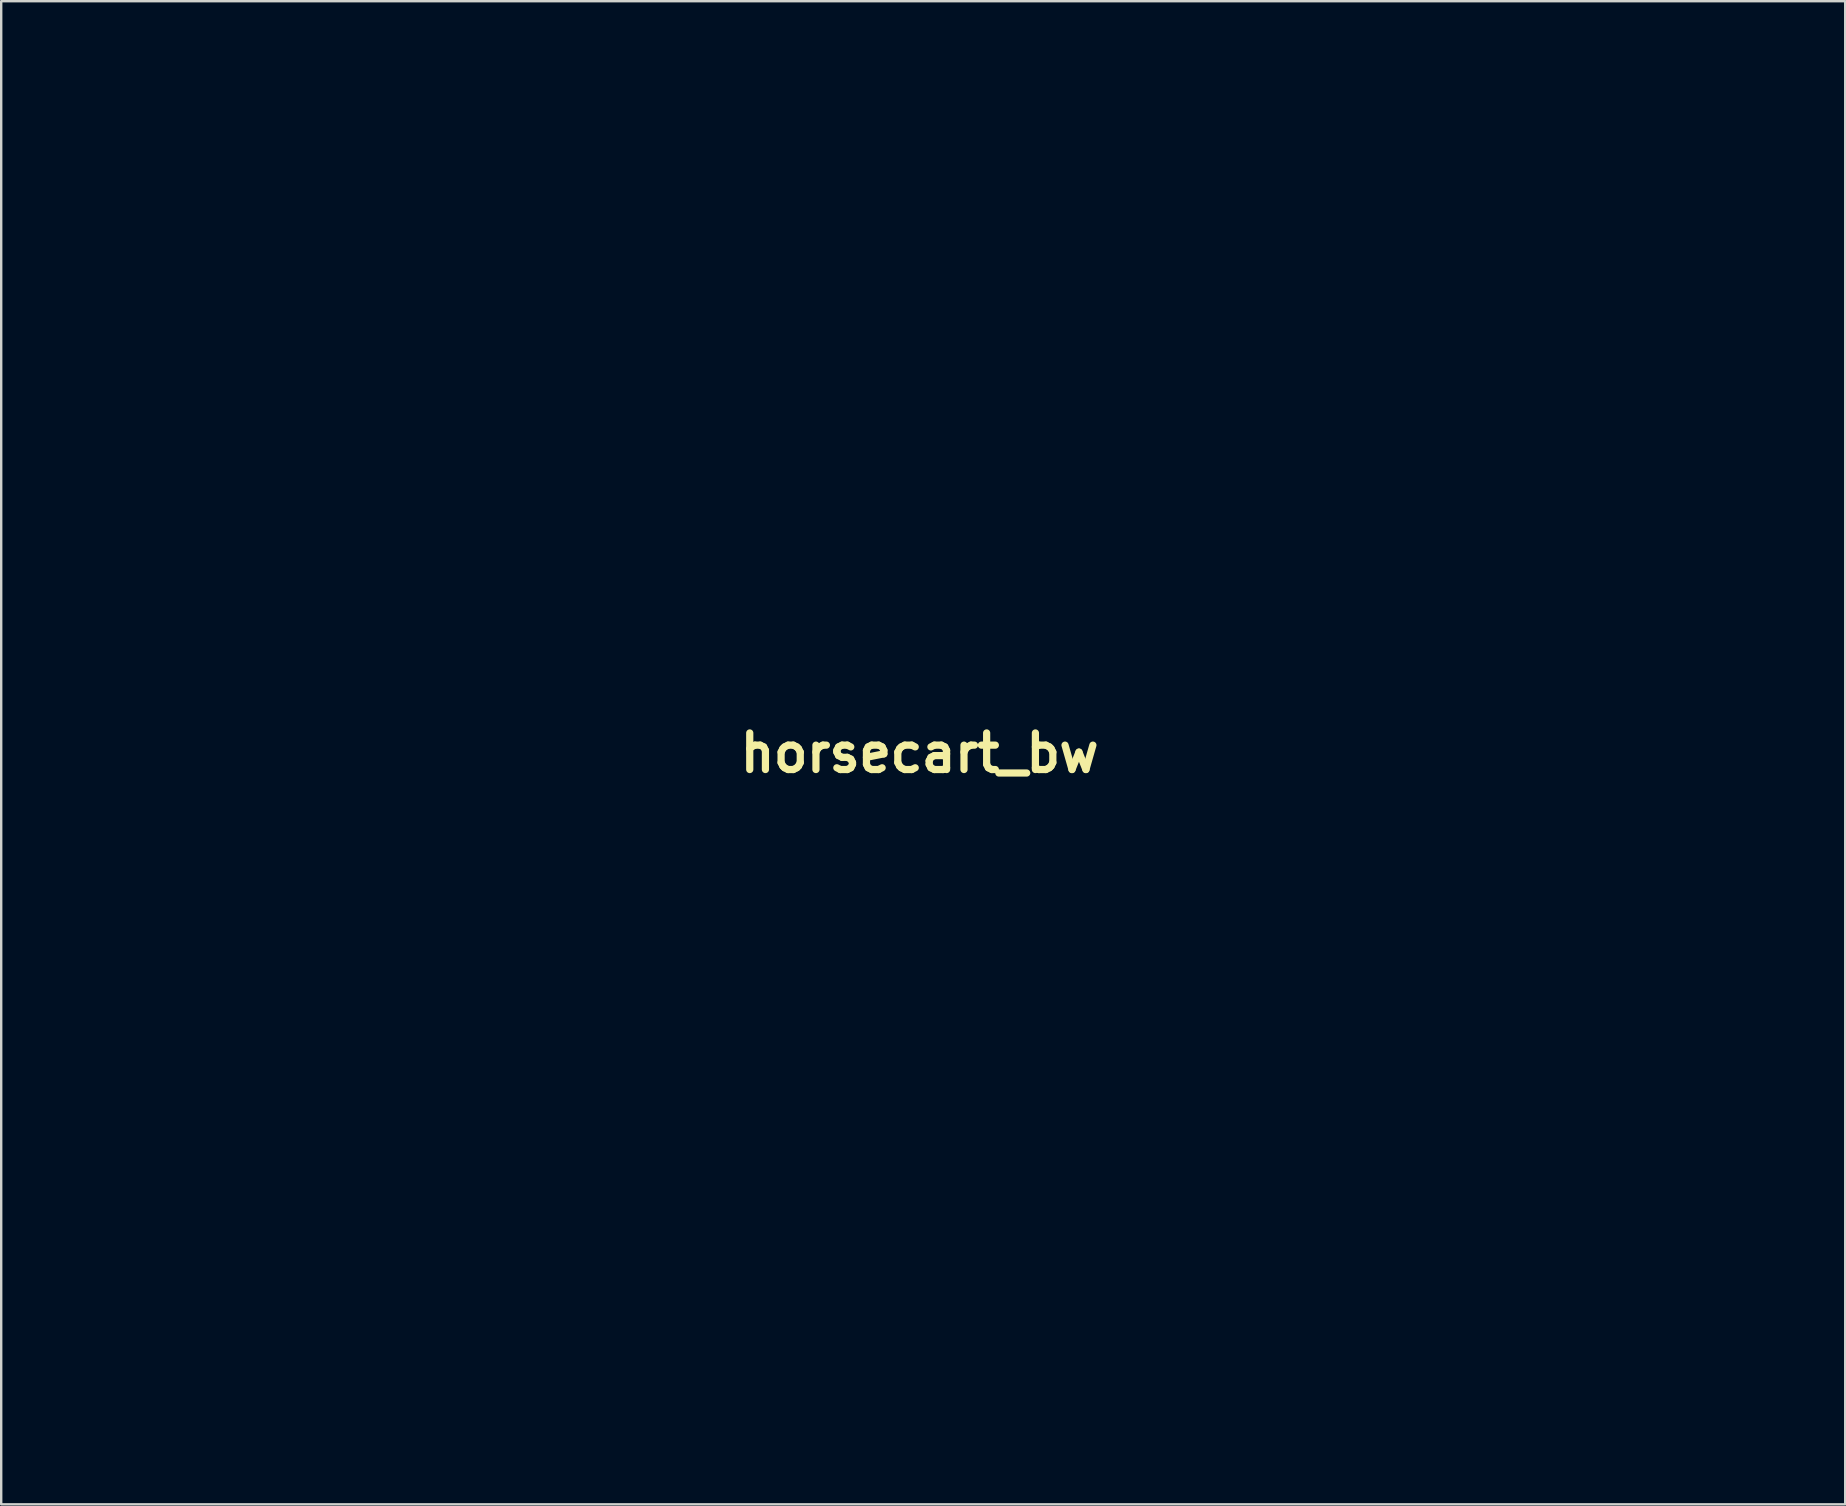
<source format=kicad_pcb>
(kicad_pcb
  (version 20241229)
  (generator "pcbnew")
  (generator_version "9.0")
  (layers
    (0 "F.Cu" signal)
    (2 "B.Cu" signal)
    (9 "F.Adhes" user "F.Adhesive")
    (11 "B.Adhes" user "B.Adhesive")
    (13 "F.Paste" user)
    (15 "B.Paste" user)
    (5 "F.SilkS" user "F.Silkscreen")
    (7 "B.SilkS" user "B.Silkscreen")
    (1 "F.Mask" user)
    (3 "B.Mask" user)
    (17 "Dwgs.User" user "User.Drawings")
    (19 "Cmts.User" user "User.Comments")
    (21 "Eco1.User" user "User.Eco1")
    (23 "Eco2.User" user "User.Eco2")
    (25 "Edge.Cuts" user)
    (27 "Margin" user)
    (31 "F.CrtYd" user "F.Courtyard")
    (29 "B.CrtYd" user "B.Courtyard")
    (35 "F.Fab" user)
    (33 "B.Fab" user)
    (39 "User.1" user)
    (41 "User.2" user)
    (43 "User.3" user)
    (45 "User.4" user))
  (footprint "horsecart_bw"
    (layer "F.Cu")
    (at 35.263 28.322)
    (property "Reference" "horsecart_bw" (at 0 0 0) (layer "F.SilkS") (effects (font (size 1.524 1.524) (thickness 0.3))))
    (attr through_hole)
    (fp_poly (pts (xy -12.566 -14.839) (xy -12.7 -14.705) (xy -12.834 -14.839) (xy -12.7 -14.973) (xy -12.566 -14.839)) (stroke (width 0.01) (type solid)) (fill no) (layer "Eco2.User"))
    (fp_poly (pts (xy -6.684 -14.839) (xy -6.818 -14.705) (xy -6.952 -14.839) (xy -6.818 -14.973) (xy -6.684 -14.839)) (stroke (width 0.01) (type solid)) (fill no) (layer "Eco2.User"))
    (fp_poly (pts (xy -1.604 -4.946) (xy -1.738 -4.813) (xy -1.872 -4.946) (xy -1.738 -5.08) (xy -1.604 -4.946)) (stroke (width 0.01) (type solid)) (fill no) (layer "Eco2.User"))
    (fp_poly (pts (xy -0.267 -5.748) (xy -0.401 -5.615) (xy -0.535 -5.748) (xy -0.401 -5.882) (xy -0.267 -5.748)) (stroke (width 0.01) (type solid)) (fill no) (layer "Eco2.User"))
    (fp_poly (pts (xy 2.139 5.214) (xy 2.005 5.347) (xy 1.872 5.214) (xy 2.005 5.08) (xy 2.139 5.214)) (stroke (width 0.01) (type solid)) (fill no) (layer "Eco2.User"))
    (fp_poly (pts (xy 22.192 -4.946) (xy 22.058 -4.813) (xy 21.924 -4.946) (xy 22.058 -5.08) (xy 22.192 -4.946)) (stroke (width 0.01) (type solid)) (fill no) (layer "Eco2.User"))
    (fp_poly (pts (xy -31.371 23.618) (xy -31.339 23.935) (xy -31.371 23.974) (xy -31.53 23.937) (xy -31.549 23.796) (xy -31.452 23.576) (xy -31.371 23.618)) (stroke (width 0.01) (type solid)) (fill no) (layer "Eco2.User"))
    (fp_poly (pts (xy 17.557 -9.536) (xy 17.52 -9.377) (xy 17.379 -9.358) (xy 17.159 -9.456) (xy 17.201 -9.536) (xy 17.518 -9.568) (xy 17.557 -9.536)) (stroke (width 0.01) (type solid)) (fill no) (layer "Eco2.User"))
    (fp_poly (pts (xy 18.894 -9.804) (xy 18.857 -9.645) (xy 18.716 -9.625) (xy 18.496 -9.723) (xy 18.538 -9.804) (xy 18.855 -9.836) (xy 18.894 -9.804)) (stroke (width 0.01) (type solid)) (fill no) (layer "Eco2.User"))
    (fp_poly (pts (xy -2.163 -11.709) (xy -2.196 -11.46) (xy -2.343 -11.259) (xy -2.518 -11.461) (xy -2.616 -11.855) (xy -2.567 -11.96) (xy -2.302 -12.004) (xy -2.163 -11.709)) (stroke (width 0.01) (type solid)) (fill no) (layer "Eco2.User"))
    (fp_poly (pts (xy -3.208 -19.117) (xy -2.951 -18.775) (xy -2.941 -18.7) (xy -3.145 -18.456) (xy -3.208 -18.448) (xy -3.443 -18.666) (xy -3.476 -18.865) (xy -3.346 -19.142) (xy -3.208 -19.117)) (stroke (width 0.01) (type solid)) (fill no) (layer "Eco2.User"))
    (fp_poly (pts (xy 24.598 -6.551) (xy 24.853 -6.31) (xy 24.865 -6.267) (xy 24.658 -6.153) (xy 24.598 -6.149) (xy 24.341 -6.355) (xy 24.331 -6.433) (xy 24.494 -6.592) (xy 24.598 -6.551)) (stroke (width 0.01) (type solid)) (fill no) (layer "Eco2.User"))
    (fp_poly (pts (xy -0.121 -5.29) (xy -0.074 -4.936) (xy -0.302 -4.513) (xy -0.657 -4.281) (xy -0.697 -4.278) (xy -1.034 -4.413) (xy -1.069 -4.513) (xy -0.9 -4.846) (xy -0.537 -5.174) (xy -0.197 -5.319) (xy -0.121 -5.29)) (stroke (width 0.01) (type solid)) (fill no) (layer "Eco2.User"))
    (fp_poly (pts (xy 30.604 9.624) (xy 30.966 9.858) (xy 31.511 10.304) (xy 31.802 10.656) (xy 31.817 10.713) (xy 31.666 10.951) (xy 31.295 10.809) (xy 30.963 10.494) (xy 30.471 9.865) (xy 30.351 9.568) (xy 30.604 9.624)) (stroke (width 0.01) (type solid)) (fill no) (layer "Eco2.User"))
    (fp_poly (pts (xy 12.32 -28.317) (xy 12.564 -28.094) (xy 12.566 -28.058) (xy 12.727 -27.893) (xy 12.815 -27.929) (xy 13.151 -27.878) (xy 13.494 -27.442) (xy 13.77 -26.765) (xy 13.901 -25.99) (xy 13.903 -25.875) (xy 13.825 -25.163) (xy 13.528 -24.577) (xy 12.919 -23.984) (xy 12.191 -23.449) (xy 11.668 -22.99) (xy 11.502 -22.628) (xy 11.732 -22.461) (xy 11.79 -22.459) (xy 12.187 -22.603) (xy 12.78 -22.957) (xy 12.875 -23.023) (xy 13.546 -23.381) (xy 13.941 -23.318) (xy 14.037 -22.983) (xy 14.229 -22.659) (xy 14.539 -22.382) (xy 14.875 -22.027) (xy 14.81 -21.598) (xy 14.716 -21.41) (xy 14.525 -20.983) (xy 14.666 -20.903) (xy 14.918 -20.971) (xy 15.413 -20.968) (xy 15.57 -20.796) (xy 15.62 -20.413) (xy 15.668 -19.606) (xy 15.709 -18.484) (xy 15.738 -17.158) (xy 15.742 -16.844) (xy 15.786 -14.782) (xy 15.861 -13.176) (xy 15.978 -11.952) (xy 16.144 -11.033) (xy 16.368 -10.341) (xy 16.467 -10.127) (xy 16.664 -9.565) (xy 16.633 -9.224) (xy 16.761 -9.155) (xy 17.251 -9.166) (xy 17.942 -9.239) (xy 18.67 -9.354) (xy 19.273 -9.493) (xy 19.418 -9.542) (xy 19.742 -9.537) (xy 19.785 -9.439) (xy 19.546 -9.2) (xy 18.917 -8.902) (xy 18.034 -8.593) (xy 17.032 -8.32) (xy 16.046 -8.129) (xy 15.976 -8.119) (xy 15.172 -7.951) (xy 14.546 -7.626) (xy 13.897 -7.022) (xy 13.621 -6.715) (xy 12.91 -5.919) (xy 12.233 -5.18) (xy 11.882 -4.81) (xy 11.43 -4.153) (xy 11.23 -3.483) (xy 11.229 -3.454) (xy 11.113 -2.598) (xy 10.816 -1.547) (xy 10.416 -0.522) (xy 9.99 0.257) (xy 9.876 0.401) (xy 9.574 0.971) (xy 9.754 1.405) (xy 10.371 1.655) (xy 11.096 1.692) (xy 12.237 1.598) (xy 13.465 1.423) (xy 14.635 1.196) (xy 15.605 0.947) (xy 16.23 0.705) (xy 16.331 0.637) (xy 16.783 0.335) (xy 16.999 0.272) (xy 17.459 0.156) (xy 18.133 -0.142) (xy 18.853 -0.529) (xy 19.452 -0.915) (xy 19.762 -1.206) (xy 19.775 -1.248) (xy 19.954 -1.603) (xy 20.403 -2.18) (xy 20.8 -2.616) (xy 21.348 -3.24) (xy 21.682 -3.725) (xy 21.736 -3.908) (xy 21.885 -4.189) (xy 22.332 -4.573) (xy 22.893 -4.932) (xy 23.383 -5.139) (xy 23.542 -5.147) (xy 23.765 -5.298) (xy 23.796 -5.481) (xy 23.651 -5.837) (xy 23.528 -5.882) (xy 23.269 -6.086) (xy 23.261 -6.149) (xy 23.441 -6.392) (xy 23.899 -6.306) (xy 24.508 -5.916) (xy 24.516 -5.909) (xy 24.844 -5.563) (xy 25.002 -5.124) (xy 25.03 -4.424) (xy 24.997 -3.787) (xy 24.895 -2.818) (xy 24.737 -2.003) (xy 24.605 -1.617) (xy 24.444 -0.943) (xy 24.487 -0.407) (xy 24.526 0.106) (xy 24.381 0.267) (xy 24.294 0.488) (xy 24.432 1.075) (xy 24.538 1.368) (xy 24.971 2.468) (xy 25.453 1.873) (xy 25.81 1.527) (xy 25.935 1.65) (xy 25.935 1.657) (xy 26.093 2.149) (xy 26.356 2.556) (xy 26.613 2.837) (xy 26.626 2.771) (xy 26.717 2.474) (xy 27.007 2.328) (xy 27.457 1.969) (xy 27.539 1.611) (xy 27.644 1.192) (xy 28.028 1.189) (xy 28.033 1.19) (xy 28.38 1.207) (xy 28.525 0.874) (xy 28.551 0.499) (xy 28.662 -0.154) (xy 28.896 -0.547) (xy 28.901 -0.55) (xy 29.169 -0.945) (xy 29.305 -1.488) (xy 29.45 -2.087) (xy 29.649 -2.388) (xy 29.852 -2.799) (xy 29.868 -3.559) (xy 29.73 -4.531) (xy 29.468 -5.574) (xy 29.114 -6.552) (xy 28.7 -7.324) (xy 28.456 -7.614) (xy 28.008 -8.113) (xy 27.807 -8.504) (xy 27.806 -8.52) (xy 27.592 -8.793) (xy 27.428 -8.823) (xy 27.016 -9.018) (xy 26.94 -9.149) (xy 26.613 -9.343) (xy 25.786 -9.436) (xy 24.912 -9.443) (xy 23.95 -9.459) (xy 23.214 -9.53) (xy 22.852 -9.641) (xy 22.843 -9.652) (xy 22.492 -9.834) (xy 21.975 -9.901) (xy 21.503 -9.93) (xy 21.514 -10.047) (xy 21.75 -10.196) (xy 22.33 -10.332) (xy 23.268 -10.344) (xy 24.406 -10.248) (xy 25.586 -10.057) (xy 26.65 -9.787) (xy 26.824 -9.728) (xy 27.777 -9.297) (xy 28.694 -8.742) (xy 28.798 -8.665) (xy 29.299 -8.31) (xy 29.735 -8.132) (xy 30.281 -8.105) (xy 31.113 -8.204) (xy 31.54 -8.269) (xy 33.114 -8.384) (xy 34.281 -8.166) (xy 35.061 -7.602) (xy 35.476 -6.68) (xy 35.56 -5.798) (xy 35.454 -4.978) (xy 35.049 -4.348) (xy 34.734 -4.053) (xy 33.283 -2.755) (xy 32.167 -1.613) (xy 31.273 -0.489) (xy 30.49 0.758) (xy 29.73 2.218) (xy 29.188 3.338) (xy 28.745 4.275) (xy 28.447 4.929) (xy 28.341 5.2) (xy 28.546 5.411) (xy 29.071 5.796) (xy 29.477 6.064) (xy 30.558 6.803) (xy 31.345 7.445) (xy 31.766 7.927) (xy 31.817 8.081) (xy 31.594 8.324) (xy 31.041 8.635) (xy 30.851 8.719) (xy 30.15 8.962) (xy 29.617 8.949) (xy 29.006 8.706) (xy 28.322 8.431) (xy 27.808 8.31) (xy 27.766 8.31) (xy 27.711 8.413) (xy 28.072 8.631) (xy 28.102 8.644) (xy 28.968 9.162) (xy 29.965 9.949) (xy 30.952 10.873) (xy 31.787 11.8) (xy 32.33 12.596) (xy 32.375 12.691) (xy 32.647 13.505) (xy 32.909 14.618) (xy 33.107 15.799) (xy 33.115 15.865) (xy 33.234 17.011) (xy 33.241 17.796) (xy 33.127 18.383) (xy 32.951 18.802) (xy 32.596 19.521) (xy 32.316 20.099) (xy 32.306 20.119) (xy 31.346 21.705) (xy 30.024 23.112) (xy 28.636 24.183) (xy 28.004 24.583) (xy 27.43 24.819) (xy 26.737 24.933) (xy 25.747 24.966) (xy 25.308 24.967) (xy 23.918 24.914) (xy 22.847 24.739) (xy 21.888 24.407) (xy 21.805 24.371) (xy 20.101 23.447) (xy 18.877 22.402) (xy 18.182 21.392) (xy 17.673 20.649) (xy 16.899 20.003) (xy 16.014 19.481) (xy 14.505 18.471) (xy 13.868 17.78) (xy 14.438 17.78) (xy 14.572 17.914) (xy 14.705 17.78) (xy 14.572 17.646) (xy 14.438 17.78) (xy 13.868 17.78) (xy 13.343 17.211) (xy 13.155 16.965) (xy 18.846 16.965) (xy 18.944 18.416) (xy 19.287 19.667) (xy 19.494 20.07) (xy 20.008 20.821) (xy 20.593 21.552) (xy 21.136 22.134) (xy 21.524 22.44) (xy 21.593 22.459) (xy 21.922 22.637) (xy 22.404 23.069) (xy 22.449 23.117) (xy 22.971 23.553) (xy 23.408 23.581) (xy 23.548 23.518) (xy 24.038 23.33) (xy 24.493 23.257) (xy 24.76 23.302) (xy 24.686 23.464) (xy 24.626 23.505) (xy 24.426 23.715) (xy 24.719 23.861) (xy 24.76 23.871) (xy 25.356 24.008) (xy 25.635 23.99) (xy 25.789 23.816) (xy 25.732 23.524) (xy 25.604 23.449) (xy 25.585 23.395) (xy 25.993 23.425) (xy 26.046 23.431) (xy 26.687 23.385) (xy 27.484 23.161) (xy 27.565 23.127) (xy 28.341 23.127) (xy 28.475 23.261) (xy 28.608 23.127) (xy 28.475 22.994) (xy 28.341 23.127) (xy 27.565 23.127) (xy 28.27 22.831) (xy 28.878 22.466) (xy 29.142 22.135) (xy 29.143 22.116) (xy 29.309 21.744) (xy 29.723 21.182) (xy 29.878 21.003) (xy 30.614 20.186) (xy 29.812 20.907) (xy 28.326 21.938) (xy 26.704 22.527) (xy 25.058 22.632) (xy 24.933 22.619) (xy 23.445 22.322) (xy 22.306 21.782) (xy 21.354 20.921) (xy 21.278 20.832) (xy 20.541 19.652) (xy 30.747 19.652) (xy 30.881 19.785) (xy 31.015 19.652) (xy 30.881 19.518) (xy 30.747 19.652) (xy 20.541 19.652) (xy 20.347 19.341) (xy 19.848 17.666) (xy 19.8 15.933) (xy 20.218 14.269) (xy 20.351 13.974) (xy 20.68 13.152) (xy 20.726 12.691) (xy 20.51 12.629) (xy 20.053 13.007) (xy 19.921 13.153) (xy 19.346 14.161) (xy 18.984 15.489) (xy 18.846 16.965) (xy 13.155 16.965) (xy 12.773 16.466) (xy 12.308 15.904) (xy 12.066 15.662) (xy 11.685 15.661) (xy 11.036 15.845) (xy 10.819 15.93) (xy 9.957 16.173) (xy 9.207 16.193) (xy 9.147 16.18) (xy 8.585 16.169) (xy 8.009 16.494) (xy 7.644 16.821) (xy 7.284 17.148) (xy 6.926 17.382) (xy 6.464 17.548) (xy 5.795 17.67) (xy 4.814 17.775) (xy 3.417 17.888) (xy 3.204 17.905) (xy 1 18.062) (xy -0.746 18.155) (xy -2.107 18.182) (xy -3.156 18.138) (xy -3.965 18.021) (xy -4.608 17.827) (xy -5.158 17.553) (xy -5.214 17.52) (xy -6.334 16.987) (xy -7.305 16.909) (xy -8.248 17.282) (xy -8.422 17.394) (xy -10.137 18.383) (xy -11.893 19.075) (xy -13.565 19.431) (xy -15.029 19.415) (xy -15.12 19.399) (xy -15.662 19.238) (xy -15.986 18.91) (xy -16.222 18.258) (xy -16.294 17.974) (xy -16.695 16.662) (xy -17.178 15.552) (xy -17.688 14.751) (xy -18.168 14.364) (xy -18.191 14.358) (xy -18.558 14.345) (xy -18.531 14.53) (xy -18.294 14.913) (xy -17.874 15.583) (xy -17.501 16.176) (xy -17.002 17.043) (xy -16.62 17.849) (xy -16.483 18.248) (xy -16.282 19.09) (xy -16.14 19.678) (xy -16.105 20.333) (xy -16.202 21.246) (xy -16.315 21.812) (xy -16.777 22.985) (xy -17.58 24.286) (xy -18.608 25.563) (xy -19.745 26.662) (xy -20.34 27.114) (xy -21.593 27.715) (xy -23.186 28.114) (xy -24.959 28.3) (xy -26.752 28.26) (xy -28.407 27.984) (xy -29.126 27.755) (xy -30.48 27.026) (xy -31.334 26.336) (xy -29.143 26.336) (xy -29.009 26.469) (xy -28.876 26.336) (xy -29.009 26.202) (xy -29.143 26.336) (xy -31.334 26.336) (xy -31.819 25.943) (xy -32.973 24.665) (xy -33.645 23.613) (xy -33.971 22.754) (xy -34.063 22.382) (xy -32.17 22.382) (xy -32.021 23.09) (xy -31.642 23.986) (xy -31.138 24.553) (xy -30.323 24.991) (xy -30.238 25.027) (xy -29.449 25.43) (xy -28.795 25.882) (xy -28.746 25.926) (xy -27.914 26.39) (xy -26.735 26.644) (xy -25.36 26.681) (xy -23.935 26.494) (xy -22.909 26.198) (xy -21.865 25.701) (xy -20.84 25.049) (xy -20.426 24.716) (xy -19.384 23.773) (xy -20.721 24.693) (xy -22.403 25.626) (xy -24.137 26.102) (xy -25.534 26.195) (xy -27.21 25.953) (xy -28.717 25.227) (xy -30.1 23.993) (xy -30.15 23.937) (xy -30.552 23.395) (xy -19.518 23.395) (xy -19.384 23.528) (xy -19.251 23.395) (xy -19.384 23.261) (xy -19.518 23.395) (xy -30.552 23.395) (xy -30.97 22.832) (xy -31.281 22.058) (xy -18.716 22.058) (xy -18.582 22.192) (xy -18.448 22.058) (xy -18.582 21.924) (xy -18.716 22.058) (xy -31.281 22.058) (xy -31.415 21.724) (xy -31.541 20.429) (xy -31.486 19.487) (xy -31.451 18.698) (xy -31.523 18.383) (xy -31.665 18.499) (xy -31.841 19.004) (xy -32.015 19.857) (xy -32.058 20.151) (xy -32.143 21.12) (xy -32.071 21.603) (xy -31.986 21.657) (xy -31.873 21.784) (xy -32.007 21.954) (xy -32.17 22.382) (xy -34.063 22.382) (xy -34.246 21.646) (xy -34.374 20.835) (xy -34.531 19.806) (xy -34.747 18.891) (xy -34.927 18.395) (xy -35.1 17.78) (xy -31.282 17.78) (xy -31.148 17.914) (xy -31.015 17.78) (xy -31.148 17.646) (xy -31.282 17.78) (xy -35.1 17.78) (xy -35.225 17.338) (xy -35.227 17.245) (xy -33.956 17.245) (xy -33.822 17.379) (xy -33.688 17.245) (xy -33.822 17.112) (xy -33.956 17.245) (xy -35.227 17.245) (xy -35.24 16.711) (xy -33.688 16.711) (xy -33.555 16.844) (xy -33.421 16.711) (xy -33.555 16.577) (xy -33.688 16.711) (xy -35.24 16.711) (xy -35.253 16.204) (xy -33.338 16.204) (xy -33.184 16.194) (xy -33.182 16.193) (xy -32.828 15.826) (xy -32.594 15.46) (xy -32.434 15.078) (xy -32.589 15.088) (xy -32.591 15.089) (xy -32.944 15.456) (xy -33.179 15.822) (xy -33.338 16.204) (xy -35.253 16.204) (xy -35.258 15.986) (xy -35.034 14.506) (xy -34.973 14.304) (xy -2.406 14.304) (xy -2.273 14.438) (xy -2.139 14.304) (xy -2.273 14.171) (xy -2.406 14.304) (xy -34.973 14.304) (xy -34.714 13.447) (xy -34.1 12.192) (xy -34.08 12.165) (xy -21.122 12.165) (xy -20.988 12.299) (xy -20.913 12.223) (xy 21.149 12.223) (xy 21.417 12.167) (xy 21.468 12.148) (xy 21.795 11.936) (xy 21.798 11.816) (xy 21.515 11.846) (xy 21.318 11.998) (xy 21.149 12.223) (xy -20.913 12.223) (xy -20.855 12.165) (xy -20.988 12.032) (xy -21.122 12.165) (xy -34.08 12.165) (xy -33.885 11.909) (xy -25.594 11.909) (xy -25.258 11.951) (xy -24.865 11.959) (xy -24.287 11.938) (xy -24.128 11.885) (xy -24.264 11.843) (xy -25.043 11.799) (xy -25.467 11.843) (xy -25.594 11.909) (xy -33.885 11.909) (xy -33.48 11.375) (xy 22.019 11.375) (xy 22.039 11.497) (xy 22.254 11.292) (xy 22.459 10.962) (xy 22.631 10.549) (xy 22.611 10.427) (xy 22.397 10.632) (xy 22.192 10.962) (xy 22.019 11.375) (xy -33.48 11.375) (xy -33.174 10.973) (xy -32.575 10.341) (xy -31.945 9.702) (xy 2.182 9.702) (xy 2.247 9.851) (xy 2.516 10.138) (xy 2.671 10.079) (xy 2.674 10.042) (xy 2.575 9.924) (xy 4.545 9.924) (xy 4.71 10.069) (xy 4.813 10.026) (xy 4.971 9.808) (xy 21.388 9.808) (xy 21.595 9.845) (xy 21.903 9.766) (xy 22.606 9.517) (xy 22.671 9.492) (xy 28.608 9.492) (xy 28.742 9.625) (xy 28.876 9.492) (xy 28.742 9.358) (xy 28.608 9.492) (xy 22.671 9.492) (xy 23.415 9.199) (xy 23.438 9.189) (xy 24.123 8.833) (xy 24.311 8.59) (xy 24.036 8.515) (xy 23.335 8.663) (xy 23.144 8.725) (xy 22.477 9.003) (xy 21.908 9.32) (xy 21.519 9.611) (xy 21.388 9.808) (xy 4.971 9.808) (xy 5.07 9.672) (xy 5.08 9.594) (xy 4.915 9.449) (xy 4.813 9.492) (xy 4.555 9.846) (xy 4.545 9.924) (xy 2.575 9.924) (xy 2.484 9.816) (xy 2.365 9.733) (xy 2.182 9.702) (xy -31.945 9.702) (xy -31.859 9.614) (xy -31.315 9.044) (xy -31.035 8.724) (xy -31.015 8.689) (xy -31.244 8.576) (xy -31.799 8.426) (xy -31.835 8.418) (xy -32.476 8.15) (xy -32.597 8.021) (xy -31.282 8.021) (xy -31.09 8.281) (xy -31.031 8.288) (xy -30.668 8.094) (xy -30.614 8.021) (xy -30.665 7.827) (xy 0.29 7.827) (xy 0.369 8.204) (xy 0.561 8.783) (xy 0.825 9.355) (xy 1.075 9.623) (xy 1.096 9.625) (xy 1.334 9.518) (xy 1.337 9.498) (xy 1.217 9.224) (xy 1.872 9.224) (xy 2.005 9.358) (xy 2.139 9.224) (xy 2.005 9.091) (xy 1.872 9.224) (xy 1.217 9.224) (xy 1.211 9.209) (xy 0.918 8.689) (xy 1.604 8.689) (xy 1.738 8.823) (xy 1.872 8.689) (xy 1.738 8.556) (xy 1.604 8.689) (xy 0.918 8.689) (xy 0.898 8.653) (xy 0.803 8.495) (xy 0.494 8.021) (xy 1.337 8.021) (xy 1.428 8.281) (xy 1.455 8.288) (xy 1.683 8.101) (xy 1.738 8.021) (xy 1.723 7.843) (xy 2.495 7.843) (xy 2.532 8.002) (xy 2.674 8.021) (xy 2.894 7.923) (xy 2.859 7.857) (xy 4.294 7.857) (xy 4.295 8.034) (xy 4.318 8.617) (xy 4.388 8.71) (xy 4.522 8.422) (xy 25.4 8.422) (xy 25.534 8.556) (xy 25.667 8.422) (xy 26.737 8.422) (xy 26.871 8.556) (xy 27.004 8.422) (xy 26.871 8.288) (xy 26.737 8.422) (xy 25.667 8.422) (xy 25.534 8.288) (xy 25.4 8.422) (xy 4.522 8.422) (xy 4.55 8.361) (xy 4.57 8.31) (xy 4.682 7.636) (xy 4.553 7.388) (xy 4.362 7.374) (xy 4.294 7.857) (xy 2.859 7.857) (xy 2.852 7.843) (xy 2.535 7.811) (xy 2.495 7.843) (xy 1.723 7.843) (xy 1.717 7.775) (xy 1.62 7.754) (xy 1.348 7.948) (xy 1.337 8.021) (xy 0.494 8.021) (xy 0.432 7.927) (xy 0.29 7.827) (xy -30.665 7.827) (xy -30.674 7.792) (xy -30.865 7.754) (xy -31.231 7.893) (xy -31.282 8.021) (xy -32.597 8.021) (xy -32.849 7.755) (xy -32.843 7.363) (xy -32.794 7.305) (xy -32.484 7.148) (xy -31.798 6.871) (xy -30.868 6.524) (xy -30.565 6.416) (xy -29.81 6.149) (xy 0.267 6.149) (xy 0.365 6.37) (xy 0.446 6.328) (xy 0.478 6.01) (xy 0.446 5.971) (xy 0.287 6.008) (xy 0.267 6.149) (xy -29.81 6.149) (xy -28.493 5.685) (xy -28.172 4.424) (xy -28.152 4.355) (xy -1.561 4.355) (xy -1.496 4.504) (xy -1.227 4.791) (xy -1.108 4.746) (xy 1.58 4.746) (xy 1.663 5.207) (xy 1.893 5.718) (xy 2.047 5.928) (xy 2.45 6.275) (xy 2.778 6.419) (xy 2.886 6.316) (xy 2.819 6.169) (xy 2.911 5.91) (xy 3.238 5.739) (xy 3.792 5.718) (xy 4.006 5.875) (xy 4.282 5.978) (xy 4.774 5.66) (xy 4.909 5.539) (xy 5.615 4.884) (xy 4.479 5.097) (xy 3.39 5.167) (xy 2.566 4.927) (xy 2.006 4.664) (xy 1.703 4.546) (xy 1.697 4.545) (xy 1.58 4.746) (xy -1.108 4.746) (xy -1.072 4.732) (xy -1.069 4.695) (xy -1.259 4.469) (xy -1.378 4.386) (xy -1.561 4.355) (xy -28.152 4.355) (xy -28.018 3.877) (xy -1.872 3.877) (xy -1.738 4.011) (xy -1.604 3.877) (xy -1.738 3.743) (xy -1.872 3.877) (xy -28.018 3.877) (xy -27.927 3.552) (xy -1.026 3.552) (xy -0.961 3.702) (xy -0.692 3.989) (xy -0.537 3.93) (xy -0.535 3.893) (xy -0.725 3.666) (xy -0.843 3.584) (xy -1.026 3.552) (xy -27.927 3.552) (xy -27.921 3.53) (xy -27.682 3.068) (xy -27.355 2.951) (xy -26.839 3.089) (xy -26.715 3.135) (xy -26.251 3.284) (xy -25.946 3.229) (xy -25.678 2.878) (xy -25.434 2.365) (xy 5.537 2.365) (xy 5.694 2.728) (xy 5.706 2.736) (xy 5.995 2.896) (xy 6.12 2.797) (xy 6.149 2.324) (xy 6.149 2.005) (xy 6.111 1.604) (xy 9.091 1.604) (xy 9.294 1.864) (xy 9.358 1.872) (xy 9.617 1.668) (xy 9.625 1.604) (xy 9.422 1.345) (xy 9.358 1.337) (xy 9.098 1.54) (xy 9.091 1.604) (xy 6.111 1.604) (xy 6.09 1.387) (xy 5.944 1.078) (xy 5.913 1.069) (xy 5.677 1.294) (xy 5.541 1.807) (xy 5.537 2.365) (xy -25.434 2.365) (xy -25.326 2.139) (xy 4.813 2.139) (xy 4.91 2.359) (xy 4.991 2.317) (xy 5.023 2) (xy 4.991 1.961) (xy 4.832 1.997) (xy 4.813 2.139) (xy -25.326 2.139) (xy -25.326 2.138) (xy -25.288 2.053) (xy -25.208 1.901) (xy -9.51 1.901) (xy -9.45 1.978) (xy -9.064 1.783) (xy -8.99 1.735) (xy -8.502 1.384) (xy -8.289 1.167) (xy -8.288 1.163) (xy -8.465 1.158) (xy -8.863 1.365) (xy -9.283 1.665) (xy -9.51 1.901) (xy -25.208 1.901) (xy -25.011 1.525) (xy -15.608 1.525) (xy -15.24 1.562) (xy -14.86 1.52) (xy -14.906 1.427) (xy -15.453 1.392) (xy -15.574 1.427) (xy -15.608 1.525) (xy -25.011 1.525) (xy -24.775 1.072) (xy -24.503 0.668) (xy -9.358 0.668) (xy -9.224 0.802) (xy -9.091 0.668) (xy -9.224 0.535) (xy -9.358 0.668) (xy -24.503 0.668) (xy -24.322 0.401) (xy -8.823 0.401) (xy -8.689 0.535) (xy -8.556 0.401) (xy -8.689 0.267) (xy -8.823 0.401) (xy -24.322 0.401) (xy -24.21 0.235) (xy -23.684 -0.34) (xy -23.31 -0.535) (xy -22.966 -0.396) (xy -22.504 -0.108) (xy -22.269 0.027) (xy -21.966 0.117) (xy -21.524 0.158) (xy -20.871 0.149) (xy -19.935 0.088) (xy -18.643 -0.028) (xy -16.926 -0.2) (xy -15.977 -0.298) (xy -13.986 -0.512) (xy -12.463 -0.692) (xy -11.343 -0.85) (xy -10.56 -0.997) (xy -10.048 -1.145) (xy -9.744 -1.306) (xy -9.644 -1.399) (xy -9.306 -1.676) (xy -8.82 -1.782) (xy -8.02 -1.745) (xy -7.733 -1.714) (xy -6.236 -1.73) (xy -5.043 -2.137) (xy -4.351 -2.723) (xy -4.266 -3.129) (xy -4.283 -3.895) (xy -4.377 -4.861) (xy -4.528 -5.866) (xy -4.714 -6.751) (xy -4.789 -6.979) (xy -3.797 -6.979) (xy -3.597 -6.661) (xy -3.301 -5.974) (xy -2.969 -5.058) (xy -2.932 -4.946) (xy -2.598 -3.985) (xy -2.295 -3.207) (xy -2.083 -2.769) (xy -2.072 -2.752) (xy -1.942 -2.313) (xy -1.989 -2.166) (xy -2.014 -1.79) (xy -1.925 -1.051) (xy -1.743 -0.104) (xy -1.727 -0.031) (xy -1.469 0.982) (xy -1.23 1.578) (xy -0.952 1.871) (xy -0.718 1.953) (xy 0.198 2.069) (xy 1.111 2.09) (xy 1.817 2.017) (xy 2.047 1.934) (xy 2.19 1.625) (xy 2.4 0.902) (xy 2.654 -0.122) (xy 2.926 -1.332) (xy 3.193 -2.616) (xy 3.431 -3.861) (xy 3.617 -4.952) (xy 3.725 -5.778) (xy 3.743 -6.088) (xy 3.909 -6.643) (xy 4.321 -7.321) (xy 4.447 -7.48) (xy 4.79 -7.887) (xy 9.091 -7.887) (xy 9.224 -7.754) (xy 9.358 -7.887) (xy 9.224 -8.021) (xy 9.091 -7.887) (xy 4.79 -7.887) (xy 5.128 -8.288) (xy 8.021 -8.288) (xy 8.119 -8.068) (xy 8.156 -8.088) (xy 9.692 -8.088) (xy 9.82 -7.843) (xy 10.407 -7.798) (xy 11.415 -7.953) (xy 11.631 -8.001) (xy 12.131 -8.14) (xy 12.149 -8.25) (xy 11.898 -8.34) (xy 11.12 -8.463) (xy 10.363 -8.422) (xy 9.825 -8.242) (xy 9.692 -8.088) (xy 8.156 -8.088) (xy 8.199 -8.11) (xy 8.231 -8.427) (xy 8.199 -8.467) (xy 8.04 -8.43) (xy 8.021 -8.288) (xy 5.128 -8.288) (xy 5.151 -8.316) (xy 4.514 -8.176) (xy 2.116 -7.74) (xy -0.582 -7.411) (xy -1.618 -7.323) (xy -2.646 -7.227) (xy -3.403 -7.122) (xy -3.784 -7.024) (xy -3.797 -6.979) (xy -4.789 -6.979) (xy -4.912 -7.354) (xy -5.008 -7.5) (xy -5.35 -7.663) (xy -6.059 -7.922) (xy -6.988 -8.222) (xy -7.085 -8.251) (xy -8.205 -8.639) (xy -9.284 -9.093) (xy -10.026 -9.479) (xy -10.913 -10.013) (xy -11.946 -10.618) (xy -12.413 -10.885) (xy -13.739 -11.714) (xy -13.927 -11.881) (xy -10.582 -11.881) (xy -10.405 -11.367) (xy -10.37 -11.331) (xy -9.952 -11.119) (xy -9.166 -10.869) (xy -8.17 -10.632) (xy -8.021 -10.602) (xy -6.833 -10.374) (xy -6.065 -10.244) (xy -5.614 -10.205) (xy -5.376 -10.252) (xy -5.246 -10.377) (xy -5.214 -10.427) (xy -5.224 -10.674) (xy -5.312 -10.695) (xy -5.485 -10.766) (xy -4.675 -10.766) (xy -4.633 -10.538) (xy -4.467 -9.914) (xy -4.408 -9.535) (xy -4.343 -8.98) (xy -4.312 -8.756) (xy -4.034 -8.631) (xy -3.312 -8.57) (xy -2.231 -8.573) (xy -0.879 -8.638) (xy 0.66 -8.762) (xy 1.568 -8.858) (xy 3.038 -9.043) (xy 4.022 -9.218) (xy 4.567 -9.404) (xy 4.722 -9.621) (xy 4.719 -9.625) (xy 8.556 -9.625) (xy 8.647 -9.365) (xy 8.674 -9.358) (xy 8.769 -9.436) (xy 12.408 -9.436) (xy 12.444 -9.339) (xy 12.702 -9.102) (xy 12.828 -9.372) (xy 12.834 -9.507) (xy 12.702 -9.783) (xy 12.562 -9.756) (xy 12.408 -9.436) (xy 8.769 -9.436) (xy 8.902 -9.545) (xy 8.957 -9.625) (xy 8.936 -9.872) (xy 8.839 -9.893) (xy 8.567 -9.699) (xy 8.556 -9.625) (xy 4.719 -9.625) (xy 4.534 -9.888) (xy 4.443 -9.958) (xy 11.017 -9.958) (xy 11.106 -9.964) (xy 11.383 -10.22) (xy 11.69 -10.623) (xy 11.703 -10.845) (xy 11.481 -10.764) (xy 11.22 -10.383) (xy 11.017 -9.958) (xy 4.443 -9.958) (xy 4.345 -10.034) (xy 3.901 -10.42) (xy 3.743 -10.683) (xy 3.597 -11.043) (xy 3.211 -11.697) (xy 3.166 -11.764) (xy 9.358 -11.764) (xy 9.456 -11.544) (xy 9.536 -11.586) (xy 9.568 -11.903) (xy 9.536 -11.942) (xy 9.377 -11.906) (xy 9.358 -11.764) (xy 3.166 -11.764) (xy 2.658 -12.538) (xy 2.355 -12.975) (xy 9.258 -12.975) (xy 9.611 -12.668) (xy 9.759 -12.566) (xy 10.423 -12.162) (xy 10.813 -12.079) (xy 11.085 -12.317) (xy 11.229 -12.566) (xy 11.365 -12.991) (xy 11.261 -13.101) (xy 10.812 -13.186) (xy 10.516 -13.28) (xy 10.192 -13.379) (xy 10.224 -13.246) (xy 10.519 -12.898) (xy 10.845 -12.502) (xy 10.797 -12.406) (xy 10.448 -12.483) (xy 9.93 -12.701) (xy 9.739 -12.866) (xy 9.37 -13.09) (xy 9.275 -13.099) (xy 9.258 -12.975) (xy 2.355 -12.975) (xy 2.016 -13.461) (xy 1.986 -13.502) (xy 9.625 -13.502) (xy 9.759 -13.368) (xy 9.893 -13.502) (xy 9.855 -13.539) (xy 13.425 -13.539) (xy 13.437 -13.267) (xy 13.629 -12.717) (xy 13.955 -12.212) (xy 14.298 -12.032) (xy 14.658 -11.889) (xy 14.705 -11.764) (xy 14.525 -11.504) (xy 14.469 -11.497) (xy 14.219 -11.274) (xy 14.093 -10.962) (xy 14.045 -10.51) (xy 14.217 -10.494) (xy 14.553 -10.892) (xy 14.745 -11.205) (xy 14.991 -11.692) (xy 14.993 -12.042) (xy 14.705 -12.433) (xy 15.24 -12.433) (xy 15.374 -12.299) (xy 15.507 -12.433) (xy 15.374 -12.566) (xy 15.24 -12.433) (xy 14.705 -12.433) (xy 14.698 -12.442) (xy 14.277 -12.86) (xy 13.691 -13.4) (xy 13.425 -13.539) (xy 9.855 -13.539) (xy 9.759 -13.636) (xy 9.625 -13.502) (xy 1.986 -13.502) (xy 1.554 -14.094) (xy 11.005 -14.094) (xy 11.07 -13.944) (xy 11.339 -13.657) (xy 11.494 -13.716) (xy 11.497 -13.754) (xy 11.446 -13.814) (xy 13.992 -13.814) (xy 14.029 -13.655) (xy 14.171 -13.636) (xy 14.391 -13.734) (xy 14.349 -13.814) (xy 14.031 -13.846) (xy 13.992 -13.814) (xy 11.446 -13.814) (xy 11.307 -13.98) (xy 11.188 -14.062) (xy 11.005 -14.094) (xy 1.554 -14.094) (xy 1.401 -14.304) (xy 10.427 -14.304) (xy 10.561 -14.171) (xy 10.695 -14.304) (xy 10.561 -14.438) (xy 10.427 -14.304) (xy 1.401 -14.304) (xy 1.36 -14.359) (xy 0.989 -14.839) (xy 2.139 -14.839) (xy 2.273 -14.705) (xy 2.406 -14.839) (xy 2.273 -14.973) (xy 2.139 -14.839) (xy 0.989 -14.839) (xy 0.766 -15.127) (xy 0.308 -15.657) (xy 0.064 -15.845) (xy 0.063 -15.845) (xy -0.144 -15.971) (xy -0.12 -16.115) (xy -0.243 -16.435) (xy -0.68 -17.023) (xy -1.351 -17.782) (xy -1.833 -18.277) (xy -3.675 -20.104) (xy -3.849 -18.941) (xy -3.888 -18.03) (xy -3.807 -16.852) (xy -3.659 -15.852) (xy -3.512 -14.946) (xy -3.455 -14.309) (xy -3.498 -14.058) (xy -3.517 -14.062) (xy -3.903 -14.057) (xy -4.209 -13.926) (xy -4.447 -13.74) (xy -4.251 -13.66) (xy -3.826 -13.644) (xy -3.14 -13.534) (xy -2.748 -13.275) (xy -2.757 -12.949) (xy -2.817 -12.883) (xy -3.063 -12.908) (xy -3.134 -13.034) (xy -3.377 -13.374) (xy -3.599 -13.287) (xy -3.663 -12.867) (xy -3.63 -12.688) (xy -3.558 -11.999) (xy -3.724 -11.648) (xy -4.082 -11.717) (xy -4.147 -11.767) (xy -4.394 -11.897) (xy -4.381 -11.599) (xy -4.359 -11.512) (xy -4.358 -11.077) (xy -4.506 -10.962) (xy -4.675 -10.766) (xy -5.485 -10.766) (xy -5.866 -10.922) (xy -6.171 -11.503) (xy -6.153 -12.282) (xy -6.135 -12.348) (xy -5.991 -12.949) (xy -5.966 -13.271) (xy -5.972 -13.28) (xy -6.256 -13.278) (xy -6.911 -13.192) (xy -7.638 -13.068) (xy -8.597 -12.892) (xy -9.414 -12.743) (xy -9.796 -12.673) (xy -10.352 -12.381) (xy -10.582 -11.881) (xy -13.927 -11.881) (xy -14.569 -12.451) (xy -14.92 -13.154) (xy -14.809 -13.881) (xy -14.254 -14.69) (xy -13.703 -15.251) (xy -12.433 -16.443) (xy -13.502 -15.277) (xy -14.065 -14.642) (xy -14.283 -14.32) (xy -14.184 -14.244) (xy -13.937 -14.303) (xy -13.301 -14.326) (xy -13.066 -14.132) (xy -12.829 -13.966) (xy -12.504 -14.204) (xy -12.357 -14.383) (xy -8.288 -14.383) (xy -8.075 -14.279) (xy -7.571 -14.338) (xy -6.976 -14.515) (xy -6.494 -14.767) (xy -6.484 -14.775) (xy -6.176 -15.259) (xy -6.265 -15.758) (xy -6.439 -15.922) (xy -6.771 -15.857) (xy -7.286 -15.525) (xy -7.817 -15.064) (xy -8.199 -14.613) (xy -8.288 -14.383) (xy -12.357 -14.383) (xy -12.311 -14.438) (xy -11.987 -14.915) (xy -12.006 -15.151) (xy -12.206 -15.253) (xy -12.475 -15.409) (xy -12.318 -15.641) (xy -11.764 -15.641) (xy -11.631 -15.507) (xy -11.497 -15.641) (xy -11.631 -15.775) (xy -11.764 -15.641) (xy -12.318 -15.641) (xy -12.312 -15.65) (xy -12.188 -15.756) (xy -12.012 -15.994) (xy -9.625 -15.994) (xy -9.472 -15.886) (xy -9.218 -16.047) (xy -8.937 -16.374) (xy -8.933 -16.508) (xy -9.229 -16.514) (xy -9.538 -16.244) (xy -9.625 -15.994) (xy -12.012 -15.994) (xy -11.91 -16.13) (xy -11.983 -16.294) (xy -10.385 -16.294) (xy -10.276 -16.25) (xy -9.87 -16.515) (xy -9.315 -16.978) (xy -8.698 -17.56) (xy -8.298 -17.992) (xy -8.268 -18.047) (xy -7.219 -18.047) (xy -7.085 -17.914) (xy -6.952 -18.047) (xy -7.085 -18.181) (xy -7.219 -18.047) (xy -8.268 -18.047) (xy -8.206 -18.16) (xy -8.447 -18.092) (xy -8.921 -17.76) (xy -9.488 -17.285) (xy -10.008 -16.787) (xy -10.34 -16.385) (xy -10.385 -16.294) (xy -11.983 -16.294) (xy -12.07 -16.49) (xy -12.221 -16.934) (xy -12.035 -17.262) (xy -11.664 -17.311) (xy -11.443 -17.165) (xy -11.011 -16.885) (xy -10.577 -16.987) (xy -10.061 -17.512) (xy -9.649 -18.096) (xy -9.248 -18.582) (xy -7.486 -18.582) (xy -7.353 -18.448) (xy -7.219 -18.582) (xy -7.353 -18.716) (xy -7.486 -18.582) (xy -9.248 -18.582) (xy -9.041 -18.833) (xy -8.341 -19.421) (xy -7.664 -19.794) (xy -7.124 -19.888) (xy -6.85 -19.683) (xy -6.739 -19.633) (xy -6.705 -19.836) (xy -6.82 -20.315) (xy -6.942 -20.448) (xy -7.315 -20.409) (xy -7.945 -20.111) (xy -8.681 -19.645) (xy -9.376 -19.101) (xy -9.734 -18.75) (xy -10.268 -18.274) (xy -10.601 -18.24) (xy -10.695 -18.559) (xy -10.499 -18.917) (xy -9.991 -19.461) (xy -9.417 -19.963) (xy -8.612 -20.704) (xy -8.429 -20.988) (xy -5.347 -20.988) (xy -5.214 -20.855) (xy -5.08 -20.988) (xy -5.214 -21.122) (xy -5.347 -20.988) (xy -8.429 -20.988) (xy -8.247 -21.272) (xy -8.233 -21.456) (xy -8.134 -21.854) (xy -7.888 -21.924) (xy -7.595 -21.966) (xy -7.708 -22.179) (xy -7.868 -22.344) (xy -8.247 -23.017) (xy -8.168 -23.705) (xy -7.88 -24.07) (xy -7.525 -24.241) (xy -7.13 -24.066) (xy -6.811 -23.789) (xy -6.24 -23.075) (xy -5.834 -22.294) (xy -5.572 -21.749) (xy -5.336 -21.54) (xy -5.304 -21.55) (xy -5.006 -21.578) (xy -4.538 -21.36) (xy -3.858 -20.861) (xy -2.922 -20.048) (xy -1.687 -18.889) (xy -1.04 -18.262) (xy 0.07 -17.191) (xy 0.862 -16.461) (xy 1.392 -16.031) (xy 1.716 -15.859) (xy 1.888 -15.903) (xy 1.947 -16.033) (xy 2.136 -16.414) (xy 2.501 -16.542) (xy 3.133 -16.414) (xy 4.125 -16.027) (xy 4.311 -15.945) (xy 5.58 -15.473) (xy 6.792 -15.171) (xy 7.821 -15.06) (xy 8.475 -15.151) (xy 10.516 -15.151) (xy 10.553 -14.992) (xy 10.695 -14.973) (xy 10.915 -15.07) (xy 10.896 -15.106) (xy 14.973 -15.106) (xy 15.106 -14.973) (xy 15.24 -15.106) (xy 15.106 -15.24) (xy 14.973 -15.106) (xy 10.896 -15.106) (xy 10.873 -15.151) (xy 10.556 -15.183) (xy 10.516 -15.151) (xy 8.475 -15.151) (xy 8.543 -15.16) (xy 8.706 -15.254) (xy 8.983 -15.734) (xy 9.077 -16.294) (xy 10.828 -16.294) (xy 10.898 -16.181) (xy 11.272 -15.918) (xy 11.783 -15.607) (xy 12.265 -15.35) (xy 12.528 -15.251) (xy 12.534 -15.442) (xy 12.472 -15.634) (xy 12.542 -16.075) (xy 12.749 -16.267) (xy 13.022 -16.618) (xy 12.973 -16.834) (xy 12.729 -16.933) (xy 12.372 -16.553) (xy 12.326 -16.484) (xy 11.913 -16.025) (xy 11.532 -16.027) (xy 11.488 -16.053) (xy 11.002 -16.268) (xy 10.828 -16.294) (xy 9.077 -16.294) (xy 9.097 -16.409) (xy 9.204 -17.08) (xy 10.16 -17.08) (xy 10.325 -16.935) (xy 10.427 -16.978) (xy 10.525 -17.112) (xy 11.229 -17.112) (xy 11.327 -16.892) (xy 11.408 -16.933) (xy 11.439 -17.245) (xy 11.764 -17.245) (xy 11.898 -17.112) (xy 12.032 -17.245) (xy 11.898 -17.379) (xy 11.764 -17.245) (xy 11.439 -17.245) (xy 11.44 -17.251) (xy 11.408 -17.29) (xy 11.249 -17.253) (xy 11.229 -17.112) (xy 10.525 -17.112) (xy 10.685 -17.332) (xy 10.695 -17.411) (xy 10.53 -17.555) (xy 10.427 -17.513) (xy 10.17 -17.158) (xy 10.16 -17.08) (xy 9.204 -17.08) (xy 9.207 -17.1) (xy 9.486 -18.044) (xy 9.586 -18.303) (xy 11.515 -18.303) (xy 11.788 -18.063) (xy 12.232 -17.799) (xy 12.803 -17.496) (xy 13.046 -17.403) (xy 13.1 -17.473) (xy 13.101 -17.506) (xy 12.89 -17.701) (xy 12.373 -18.008) (xy 12.299 -18.047) (xy 11.69 -18.315) (xy 11.515 -18.303) (xy 9.586 -18.303) (xy 9.667 -18.514) (xy 13.194 -18.514) (xy 13.311 -18.448) (xy 13.63 -18.662) (xy 13.731 -18.845) (xy 14.064 -19.111) (xy 14.331 -19.07) (xy 14.662 -19.047) (xy 14.66 -19.254) (xy 14.387 -19.507) (xy 13.923 -19.653) (xy 13.507 -19.645) (xy 13.368 -19.495) (xy 13.282 -19.092) (xy 13.206 -18.871) (xy 13.194 -18.514) (xy 9.667 -18.514) (xy 9.797 -18.849) (xy 9.891 -19.117) (xy 10.695 -19.117) (xy 10.828 -18.983) (xy 10.962 -19.117) (xy 10.828 -19.251) (xy 10.695 -19.117) (xy 9.891 -19.117) (xy 10.043 -19.547) (xy 11.788 -19.547) (xy 11.998 -19.402) (xy 12.433 -19.452) (xy 12.934 -19.619) (xy 13.101 -19.788) (xy 12.889 -20.076) (xy 12.441 -20.183) (xy 12.041 -20.056) (xy 11.99 -19.995) (xy 11.788 -19.547) (xy 10.043 -19.547) (xy 10.299 -20.268) (xy 10.336 -20.471) (xy 10.98 -20.471) (xy 11.176 -20.322) (xy 11.229 -20.32) (xy 11.489 -20.508) (xy 11.497 -20.567) (xy 11.656 -20.912) (xy 12.05 -21.467) (xy 12.189 -21.636) (xy 12.638 -22.215) (xy 12.661 -22.268) (xy 13.116 -22.268) (xy 13.173 -21.787) (xy 13.493 -21.15) (xy 13.703 -20.865) (xy 14.125 -20.403) (xy 14.394 -20.216) (xy 14.417 -20.223) (xy 14.331 -20.461) (xy 13.976 -20.922) (xy 13.882 -21.026) (xy 13.485 -21.557) (xy 13.524 -21.828) (xy 13.571 -21.85) (xy 13.77 -22.098) (xy 13.614 -22.38) (xy 13.353 -22.459) (xy 13.116 -22.268) (xy 12.661 -22.268) (xy 12.73 -22.433) (xy 12.501 -22.296) (xy 11.986 -21.807) (xy 11.779 -21.59) (xy 11.176 -20.883) (xy 10.98 -20.471) (xy 10.336 -20.471) (xy 10.529 -21.521) (xy 10.476 -22.509) (xy 10.232 -23.034) (xy 9.978 -23.57) (xy 9.799 -24.371) (xy 9.77 -24.638) (xy 9.672 -25.474) (xy 9.535 -26.14) (xy 9.492 -26.269) (xy 9.449 -26.59) (xy 9.754 -26.728) (xy 10.198 -26.756) (xy 10.734 -26.792) (xy 10.777 -26.884) (xy 10.581 -26.976) (xy 10.249 -27.143) (xy 10.275 -27.357) (xy 10.648 -27.759) (xy 11.184 -28.122) (xy 11.801 -28.317) (xy 12.32 -28.317)) (stroke (width 0.01) (type solid)) (fill no) (layer "Eco2.User")))
  (gr_rect
    (start -3 -3)
    (end 73.828 59.627)
    (stroke (width 0.1) (type default))
    (fill no)
    (layer "Edge.Cuts")))
</source>
